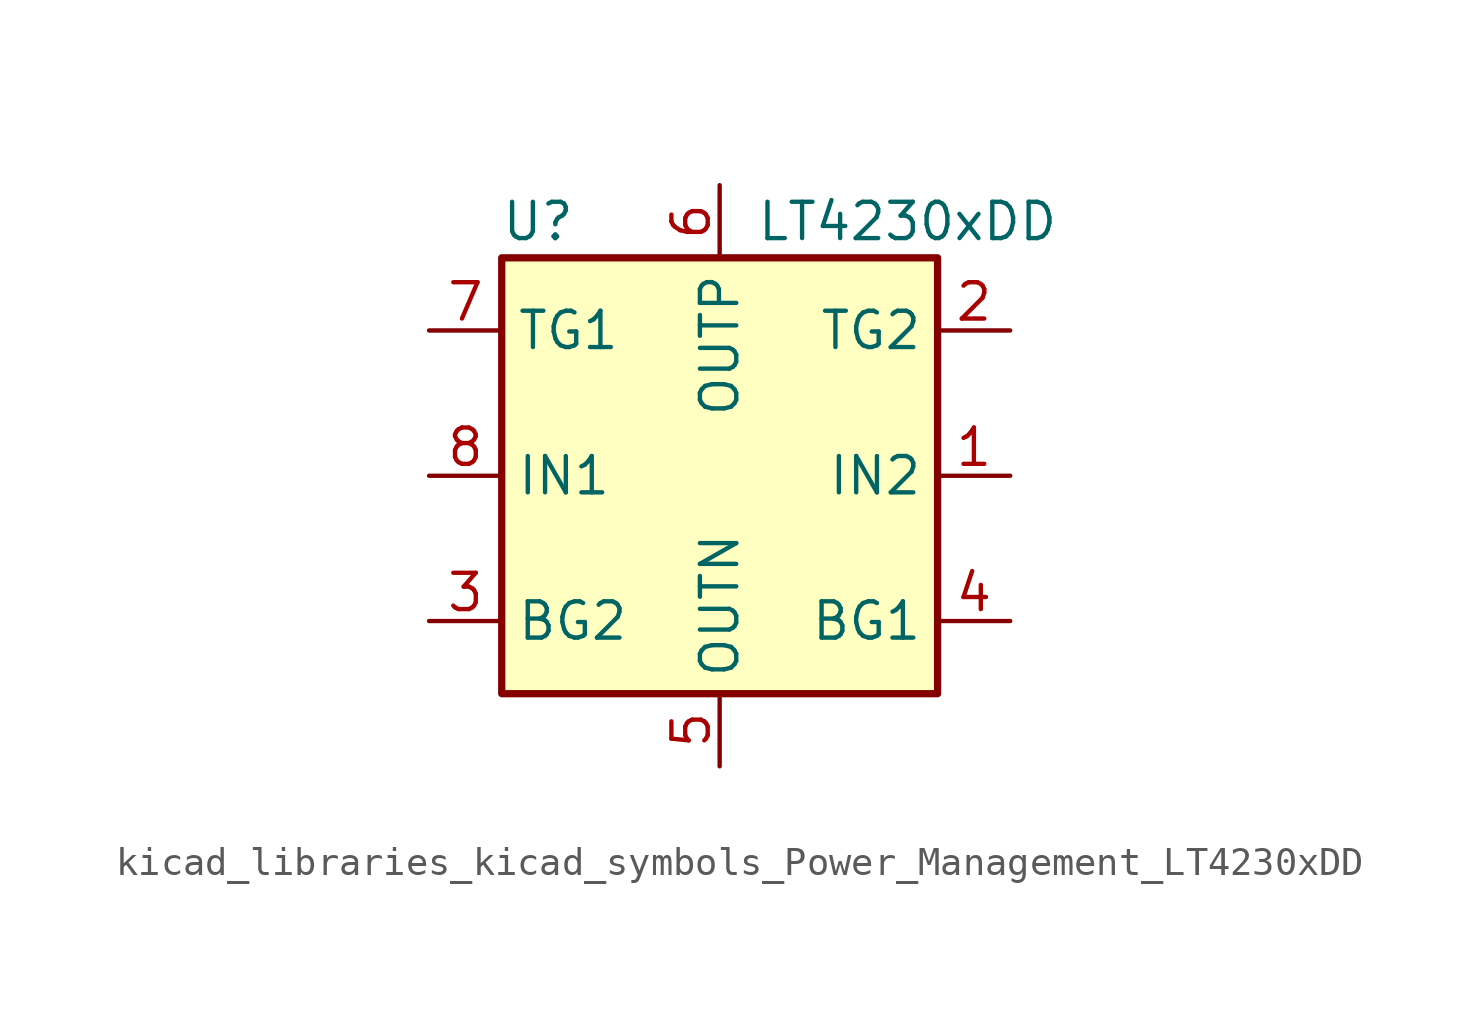
<source format=kicad_sym>
(kicad_symbol_lib
  (version 20220914)
  (generator kicad_symbol_editor)
  (symbol "kicad_libraries_kicad_symbols_Power_Management_LT4230xDD"
    (property "Reference" "U"
      (at -6.35 8.89 0)
      (effects (font (size 1.27 1.27))))
    (property "Value" "LT4230xDD"
      (at 1.27 8.89 0)
      (effects (font (size 1.27 1.27)) (justify left)))
    (symbol "kicad_libraries_kicad_symbols_Power_Management_LT4230xDD_0_1"
      (rectangle (start -7.62 7.62) (end 7.62 -7.62) (stroke (width 0.254) (type default)) (fill (type background))))
    (symbol "kicad_libraries_kicad_symbols_Power_Management_LT4230xDD_1_1"
      (pin power_in line (at 10.16 0 180) (length 2.54) (name "IN2" (effects (font (size 1.27 1.27)))) (number "1" (effects (font (size 1.27 1.27)))))
      (pin output line (at 10.16 5.08 180) (length 2.54) (name "TG2" (effects (font (size 1.27 1.27)))) (number "2" (effects (font (size 1.27 1.27)))))
      (pin output line (at -10.16 -5.08 0) (length 2.54) (name "BG2" (effects (font (size 1.27 1.27)))) (number "3" (effects (font (size 1.27 1.27)))))
      (pin output line (at 10.16 -5.08 180) (length 2.54) (name "BG1" (effects (font (size 1.27 1.27)))) (number "4" (effects (font (size 1.27 1.27)))))
      (pin power_in line (at 0 -10.16 90) (length 2.54) (name "OUTN" (effects (font (size 1.27 1.27)))) (number "5" (effects (font (size 1.27 1.27)))))
      (pin power_in line (at 0 10.16 270) (length 2.54) (name "OUTP" (effects (font (size 1.27 1.27)))) (number "6" (effects (font (size 1.27 1.27)))))
      (pin output line (at -10.16 5.08 0) (length 2.54) (name "TG1" (effects (font (size 1.27 1.27)))) (number "7" (effects (font (size 1.27 1.27)))))
      (pin power_in line (at -10.16 0 0) (length 2.54) (name "IN1" (effects (font (size 1.27 1.27)))) (number "8" (effects (font (size 1.27 1.27)))))
      (pin passive line (at 0 -10.16 90) (length 2.54) hide (name "OUTN" (effects (font (size 1.27 1.27)))) (number "9" (effects (font (size 1.27 1.27))))))))
</source>
